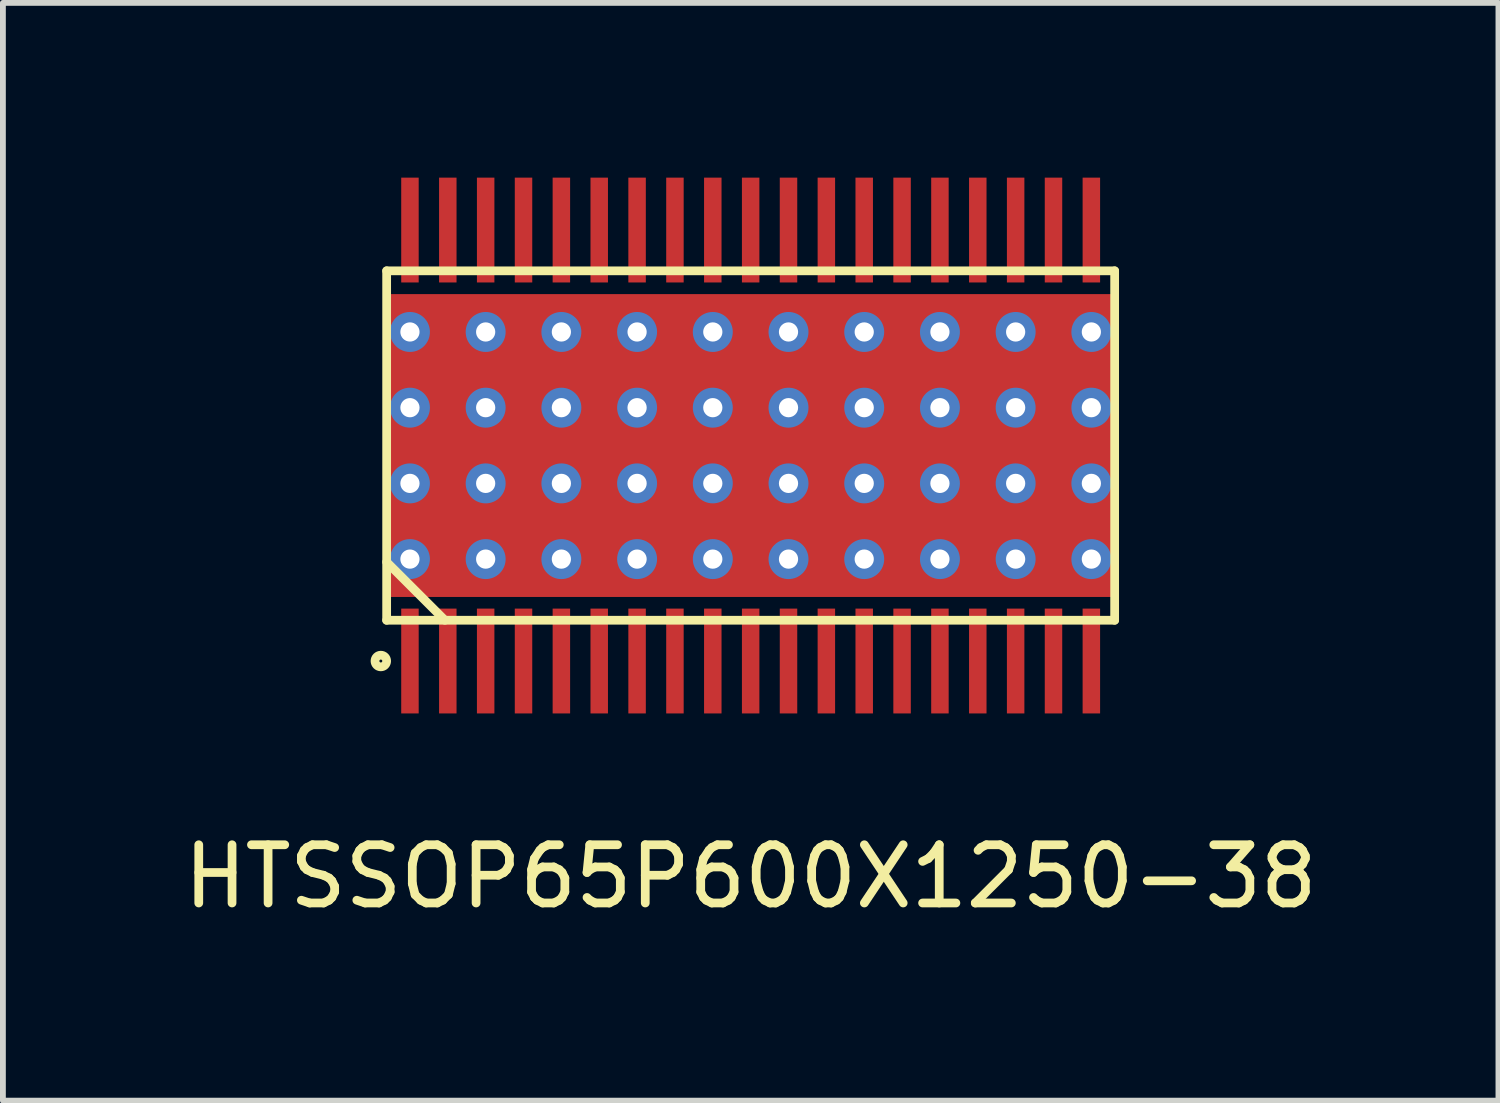
<source format=kicad_pcb>
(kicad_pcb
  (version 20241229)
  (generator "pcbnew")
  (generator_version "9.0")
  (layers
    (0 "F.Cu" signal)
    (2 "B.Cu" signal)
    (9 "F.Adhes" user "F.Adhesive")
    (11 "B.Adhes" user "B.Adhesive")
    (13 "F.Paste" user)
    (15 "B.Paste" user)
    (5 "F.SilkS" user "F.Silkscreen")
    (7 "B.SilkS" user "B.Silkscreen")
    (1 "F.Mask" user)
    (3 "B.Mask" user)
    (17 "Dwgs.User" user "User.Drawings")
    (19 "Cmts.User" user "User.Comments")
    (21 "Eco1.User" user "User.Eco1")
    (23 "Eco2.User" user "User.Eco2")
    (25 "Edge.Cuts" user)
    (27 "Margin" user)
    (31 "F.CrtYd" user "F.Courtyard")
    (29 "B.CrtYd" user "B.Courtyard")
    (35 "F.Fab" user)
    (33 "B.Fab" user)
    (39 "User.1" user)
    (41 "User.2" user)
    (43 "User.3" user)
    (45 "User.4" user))
  (footprint "HTSSOP65P600X1250-38"
    (layer "F.Cu")
    (at 9.839 4.6)
    (property "Reference" "HTSSOP65P600X1250-38" (at 0 7.4 0) (layer "F.SilkS") (effects (font (size 1 1) (thickness 0.15))))
    (attr smd)
    (fp_line (start -6.25 -3) (end -6.25 3) (stroke (width 0.15) (type solid)) (layer "F.SilkS"))
    (fp_line (start -6.25 2) (end -5.25 3) (stroke (width 0.15) (type solid)) (layer "F.SilkS"))
    (fp_line (start -6.25 3) (end 6.25 3) (stroke (width 0.15) (type solid)) (layer "F.SilkS"))
    (fp_line (start 6.25 -3) (end -6.25 -3) (stroke (width 0.15) (type solid)) (layer "F.SilkS"))
    (fp_line (start 6.25 3) (end 6.25 -3) (stroke (width 0.15) (type solid)) (layer "F.SilkS"))
    (fp_circle (center -6.35 3.7) (end -6.25 3.7) (stroke (width 0.15) (type solid)) (fill no) (layer "F.SilkS"))
    (pad "1" smd rect (at -5.85 3.7) (size 0.3 1.8) (layers "F.Cu" "F.Mask" "F.Paste"))
    (pad "2" smd rect (at -5.2 3.7) (size 0.3 1.8) (layers "F.Cu" "F.Mask" "F.Paste"))
    (pad "3" smd rect (at -4.55 3.7) (size 0.3 1.8) (layers "F.Cu" "F.Mask" "F.Paste"))
    (pad "4" smd rect (at -3.9 3.7) (size 0.3 1.8) (layers "F.Cu" "F.Mask" "F.Paste"))
    (pad "5" smd rect (at -3.25 3.7) (size 0.3 1.8) (layers "F.Cu" "F.Mask" "F.Paste"))
    (pad "6" smd rect (at -2.6 3.7) (size 0.3 1.8) (layers "F.Cu" "F.Mask" "F.Paste"))
    (pad "7" smd rect (at -1.95 3.7) (size 0.3 1.8) (layers "F.Cu" "F.Mask" "F.Paste"))
    (pad "8" smd rect (at -1.3 3.7) (size 0.3 1.8) (layers "F.Cu" "F.Mask" "F.Paste"))
    (pad "9" smd rect (at -0.65 3.7) (size 0.3 1.8) (layers "F.Cu" "F.Mask" "F.Paste"))
    (pad "10" smd rect (at 0 3.7) (size 0.3 1.8) (layers "F.Cu" "F.Mask" "F.Paste"))
    (pad "11" smd rect (at 0.65 3.7) (size 0.3 1.8) (layers "F.Cu" "F.Mask" "F.Paste"))
    (pad "12" smd rect (at 1.3 3.7) (size 0.3 1.8) (layers "F.Cu" "F.Mask" "F.Paste"))
    (pad "13" smd rect (at 1.95 3.7) (size 0.3 1.8) (layers "F.Cu" "F.Mask" "F.Paste"))
    (pad "14" smd rect (at 2.6 3.7) (size 0.3 1.8) (layers "F.Cu" "F.Mask" "F.Paste"))
    (pad "15" smd rect (at 3.25 3.7) (size 0.3 1.8) (layers "F.Cu" "F.Mask" "F.Paste"))
    (pad "16" smd rect (at 3.9 3.7) (size 0.3 1.8) (layers "F.Cu" "F.Mask" "F.Paste"))
    (pad "17" smd rect (at 4.55 3.7) (size 0.3 1.8) (layers "F.Cu" "F.Mask" "F.Paste"))
    (pad "18" smd rect (at 5.2 3.7) (size 0.3 1.8) (layers "F.Cu" "F.Mask" "F.Paste"))
    (pad "19" smd rect (at 5.85 3.7) (size 0.3 1.8) (layers "F.Cu" "F.Mask" "F.Paste"))
    (pad "20" smd rect (at 5.85 -3.7) (size 0.3 1.8) (layers "F.Cu" "F.Mask" "F.Paste"))
    (pad "21" smd rect (at 5.2 -3.7) (size 0.3 1.8) (layers "F.Cu" "F.Mask" "F.Paste"))
    (pad "22" smd rect (at 4.55 -3.7) (size 0.3 1.8) (layers "F.Cu" "F.Mask" "F.Paste"))
    (pad "23" smd rect (at 3.9 -3.7) (size 0.3 1.8) (layers "F.Cu" "F.Mask" "F.Paste"))
    (pad "24" smd rect (at 3.25 -3.7) (size 0.3 1.8) (layers "F.Cu" "F.Mask" "F.Paste"))
    (pad "25" smd rect (at 2.6 -3.7) (size 0.3 1.8) (layers "F.Cu" "F.Mask" "F.Paste"))
    (pad "26" smd rect (at 1.95 -3.7) (size 0.3 1.8) (layers "F.Cu" "F.Mask" "F.Paste"))
    (pad "27" smd rect (at 1.3 -3.7) (size 0.3 1.8) (layers "F.Cu" "F.Mask" "F.Paste"))
    (pad "28" smd rect (at 0.65 -3.7) (size 0.3 1.8) (layers "F.Cu" "F.Mask" "F.Paste"))
    (pad "29" smd rect (at 0 -3.7) (size 0.3 1.8) (layers "F.Cu" "F.Mask" "F.Paste"))
    (pad "30" smd rect (at -0.65 -3.7) (size 0.3 1.8) (layers "F.Cu" "F.Mask" "F.Paste"))
    (pad "31" smd rect (at -1.3 -3.7) (size 0.3 1.8) (layers "F.Cu" "F.Mask" "F.Paste"))
    (pad "32" smd rect (at -1.95 -3.7) (size 0.3 1.8) (layers "F.Cu" "F.Mask" "F.Paste"))
    (pad "33" smd rect (at -2.6 -3.7) (size 0.3 1.8) (layers "F.Cu" "F.Mask" "F.Paste"))
    (pad "34" smd rect (at -3.25 -3.7) (size 0.3 1.8) (layers "F.Cu" "F.Mask" "F.Paste"))
    (pad "35" smd rect (at -3.9 -3.7) (size 0.3 1.8) (layers "F.Cu" "F.Mask" "F.Paste"))
    (pad "36" smd rect (at -4.55 -3.7) (size 0.3 1.8) (layers "F.Cu" "F.Mask" "F.Paste"))
    (pad "37" smd rect (at -5.2 -3.7) (size 0.3 1.8) (layers "F.Cu" "F.Mask" "F.Paste"))
    (pad "38" smd rect (at -5.85 -3.7) (size 0.3 1.8) (layers "F.Cu" "F.Mask" "F.Paste"))
    (pad "39" thru_hole circle (at -5.85 -1.95) (size 0.686 0.686) (drill 0.33) (layers "*.Cu"))
    (pad "39" thru_hole circle (at -5.85 -0.65) (size 0.686 0.686) (drill 0.33) (layers "*.Cu"))
    (pad "39" thru_hole circle (at -5.85 0.65) (size 0.686 0.686) (drill 0.33) (layers "*.Cu"))
    (pad "39" thru_hole circle (at -5.85 1.95) (size 0.686 0.686) (drill 0.33) (layers "*.Cu"))
    (pad "39" thru_hole circle (at -4.55 -1.95) (size 0.686 0.686) (drill 0.33) (layers "*.Cu"))
    (pad "39" thru_hole circle (at -4.55 -0.65) (size 0.686 0.686) (drill 0.33) (layers "*.Cu"))
    (pad "39" thru_hole circle (at -4.55 0.65) (size 0.686 0.686) (drill 0.33) (layers "*.Cu"))
    (pad "39" thru_hole circle (at -4.55 1.95) (size 0.686 0.686) (drill 0.33) (layers "*.Cu"))
    (pad "39" thru_hole circle (at -3.25 -1.95) (size 0.686 0.686) (drill 0.33) (layers "*.Cu"))
    (pad "39" thru_hole circle (at -3.25 -0.65) (size 0.686 0.686) (drill 0.33) (layers "*.Cu"))
    (pad "39" thru_hole circle (at -3.25 0.65) (size 0.686 0.686) (drill 0.33) (layers "*.Cu"))
    (pad "39" thru_hole circle (at -3.25 1.95) (size 0.686 0.686) (drill 0.33) (layers "*.Cu"))
    (pad "39" thru_hole circle (at -1.95 -1.95) (size 0.686 0.686) (drill 0.33) (layers "*.Cu"))
    (pad "39" thru_hole circle (at -1.95 -0.65) (size 0.686 0.686) (drill 0.33) (layers "*.Cu"))
    (pad "39" thru_hole circle (at -1.95 0.65) (size 0.686 0.686) (drill 0.33) (layers "*.Cu"))
    (pad "39" thru_hole circle (at -1.95 1.95) (size 0.686 0.686) (drill 0.33) (layers "*.Cu"))
    (pad "39" thru_hole circle (at -0.65 -1.95) (size 0.686 0.686) (drill 0.33) (layers "*.Cu"))
    (pad "39" thru_hole circle (at -0.65 -0.65) (size 0.686 0.686) (drill 0.33) (layers "*.Cu"))
    (pad "39" thru_hole circle (at -0.65 0.65) (size 0.686 0.686) (drill 0.33) (layers "*.Cu"))
    (pad "39" thru_hole circle (at -0.65 1.95) (size 0.686 0.686) (drill 0.33) (layers "*.Cu"))
    (pad "39" smd rect (at 0 0) (size 6.35 3.39) (layers "F.Cu" "F.Mask" "F.Paste"))
    (pad "39" smd rect (at 0 0) (size 12.5 5.2) (layers "F.Cu"))
    (pad "39" thru_hole circle (at 0.65 -1.95) (size 0.686 0.686) (drill 0.33) (layers "*.Cu"))
    (pad "39" thru_hole circle (at 0.65 -0.65) (size 0.686 0.686) (drill 0.33) (layers "*.Cu"))
    (pad "39" thru_hole circle (at 0.65 0.65) (size 0.686 0.686) (drill 0.33) (layers "*.Cu"))
    (pad "39" thru_hole circle (at 0.65 1.95) (size 0.686 0.686) (drill 0.33) (layers "*.Cu"))
    (pad "39" thru_hole circle (at 1.95 -1.95) (size 0.686 0.686) (drill 0.33) (layers "*.Cu"))
    (pad "39" thru_hole circle (at 1.95 -0.65) (size 0.686 0.686) (drill 0.33) (layers "*.Cu"))
    (pad "39" thru_hole circle (at 1.95 0.65) (size 0.686 0.686) (drill 0.33) (layers "*.Cu"))
    (pad "39" thru_hole circle (at 1.95 1.95) (size 0.686 0.686) (drill 0.33) (layers "*.Cu"))
    (pad "39" thru_hole circle (at 3.25 -1.95) (size 0.686 0.686) (drill 0.33) (layers "*.Cu"))
    (pad "39" thru_hole circle (at 3.25 -0.65) (size 0.686 0.686) (drill 0.33) (layers "*.Cu"))
    (pad "39" thru_hole circle (at 3.25 0.65) (size 0.686 0.686) (drill 0.33) (layers "*.Cu"))
    (pad "39" thru_hole circle (at 3.25 1.95) (size 0.686 0.686) (drill 0.33) (layers "*.Cu"))
    (pad "39" thru_hole circle (at 4.55 -1.95) (size 0.686 0.686) (drill 0.33) (layers "*.Cu"))
    (pad "39" thru_hole circle (at 4.55 -0.65) (size 0.686 0.686) (drill 0.33) (layers "*.Cu"))
    (pad "39" thru_hole circle (at 4.55 0.65) (size 0.686 0.686) (drill 0.33) (layers "*.Cu"))
    (pad "39" thru_hole circle (at 4.55 1.95) (size 0.686 0.686) (drill 0.33) (layers "*.Cu"))
    (pad "39" thru_hole circle (at 5.85 -1.95) (size 0.686 0.686) (drill 0.33) (layers "*.Cu"))
    (pad "39" thru_hole circle (at 5.85 -0.65) (size 0.686 0.686) (drill 0.33) (layers "*.Cu"))
    (pad "39" thru_hole circle (at 5.85 0.65) (size 0.686 0.686) (drill 0.33) (layers "*.Cu"))
    (pad "39" thru_hole circle (at 5.85 1.95) (size 0.686 0.686) (drill 0.33) (layers "*.Cu")))
  (gr_rect
    (start -3 -3)
    (end 22.679 15.848)
    (stroke (width 0.1) (type default))
    (fill no)
    (layer "Edge.Cuts")))
</source>
